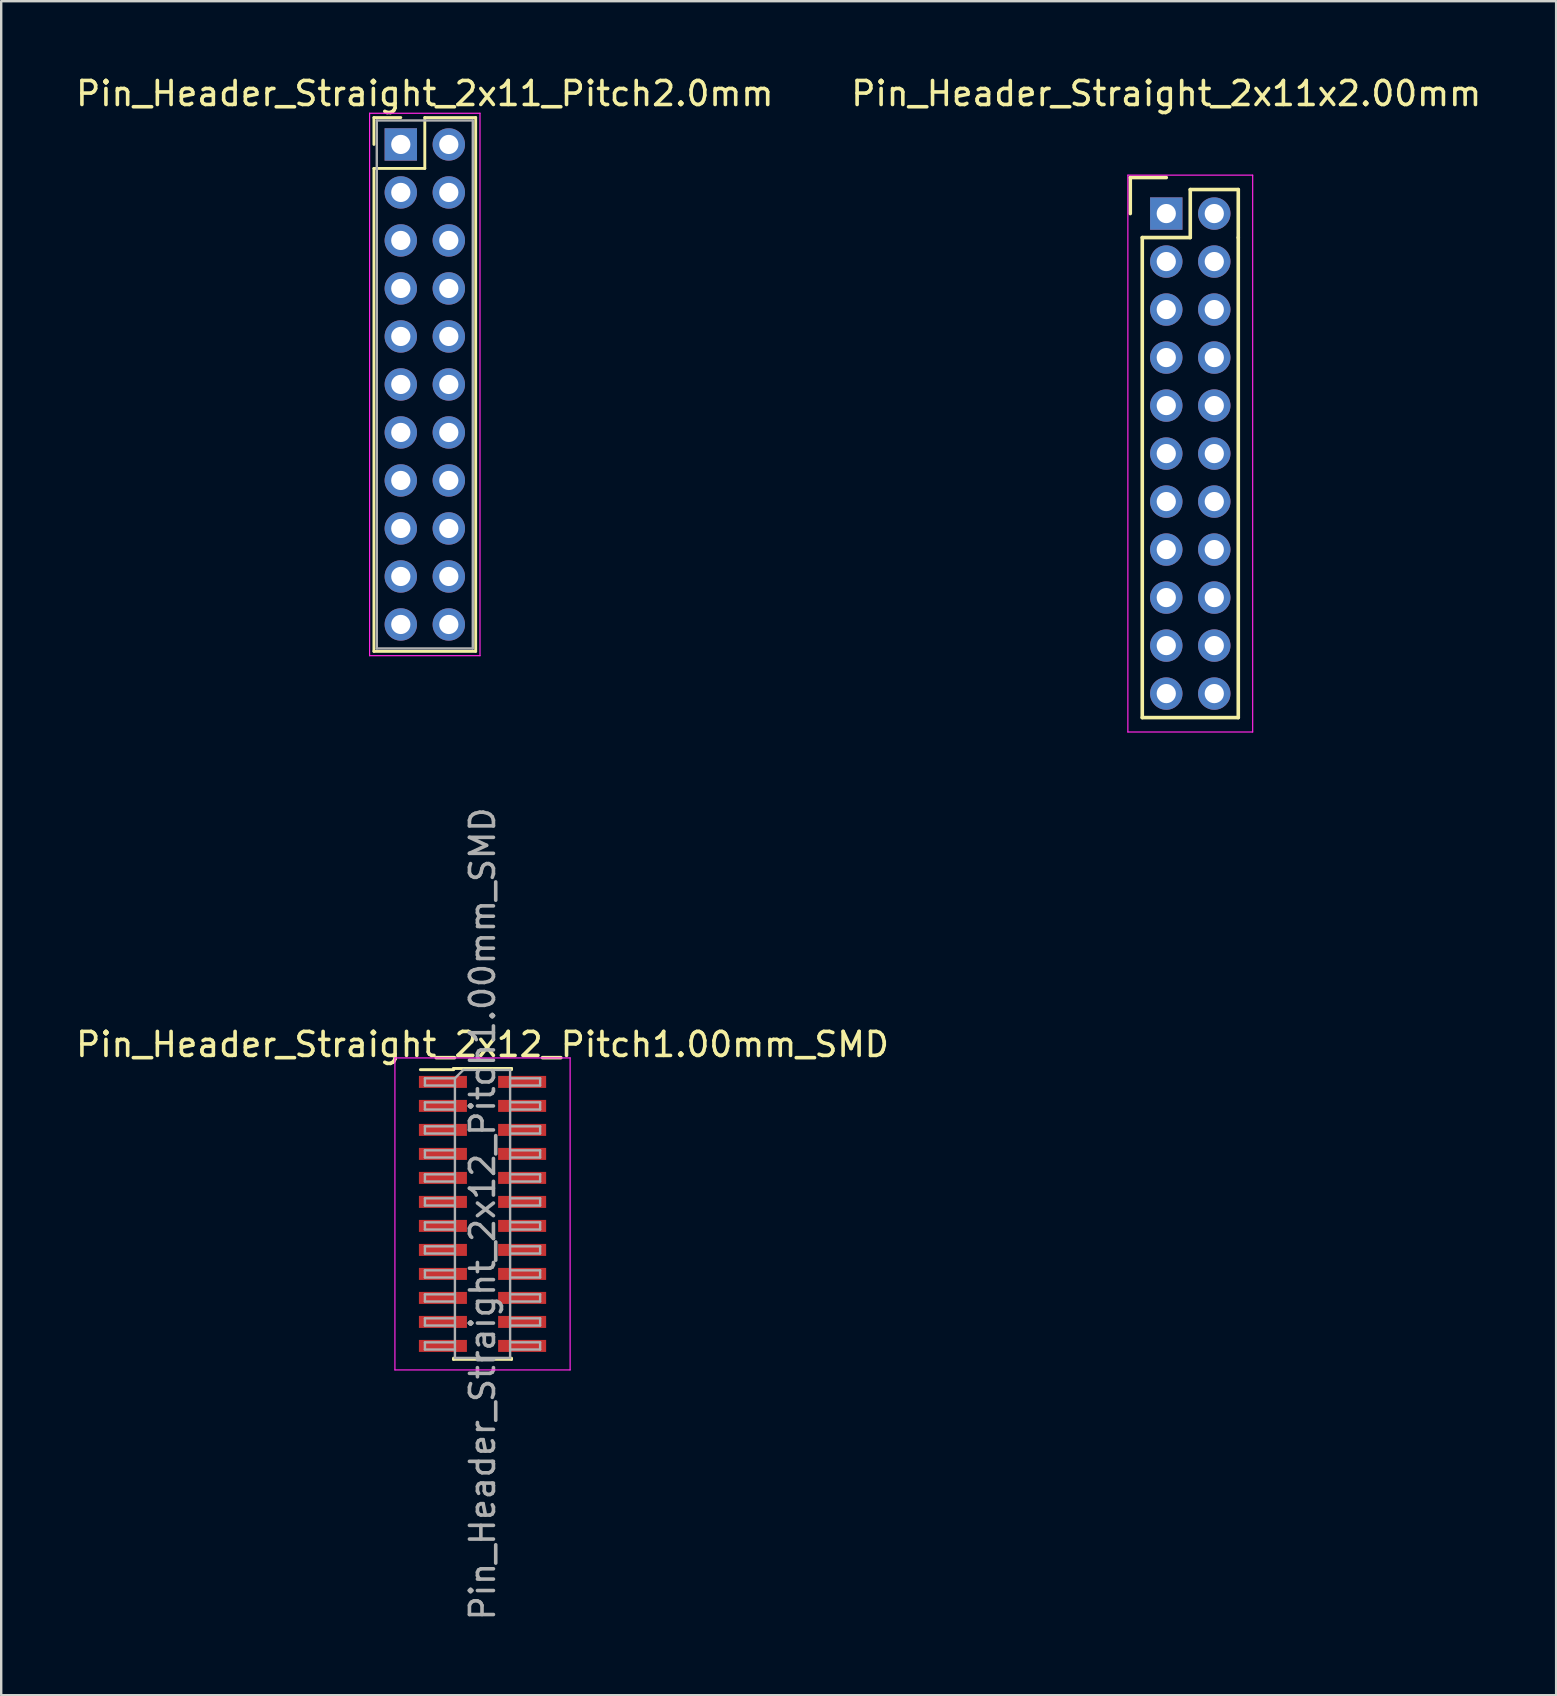
<source format=kicad_pcb>
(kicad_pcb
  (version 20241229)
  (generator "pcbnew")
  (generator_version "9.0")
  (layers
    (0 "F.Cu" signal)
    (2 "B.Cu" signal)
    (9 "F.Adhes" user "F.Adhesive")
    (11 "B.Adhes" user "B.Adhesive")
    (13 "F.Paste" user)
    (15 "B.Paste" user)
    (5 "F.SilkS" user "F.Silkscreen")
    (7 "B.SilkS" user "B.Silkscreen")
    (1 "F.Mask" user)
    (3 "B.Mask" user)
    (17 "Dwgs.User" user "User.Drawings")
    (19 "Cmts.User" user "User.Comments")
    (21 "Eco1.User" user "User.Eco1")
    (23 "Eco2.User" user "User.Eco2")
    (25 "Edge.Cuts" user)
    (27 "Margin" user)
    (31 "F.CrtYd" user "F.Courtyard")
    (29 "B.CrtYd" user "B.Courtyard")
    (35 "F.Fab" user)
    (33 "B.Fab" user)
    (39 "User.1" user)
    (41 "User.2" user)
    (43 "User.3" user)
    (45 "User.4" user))
  (footprint "Pin_Header_Straight_2x11x2.00mm"
    (layer "F.Cu")
    (at 45.542 5.848)
    (property "Reference" "Pin_Header_Straight_2x11x2.00mm" (at 0 -5 0) (layer "F.SilkS") (effects (font (size 1 1) (thickness 0.15))))
    (attr through_hole)
    (fp_line (start -1.5 -1.5) (end 0 -1.5) (stroke (width 0.15) (type solid)) (layer "F.SilkS"))
    (fp_line (start -1.5 0) (end -1.5 -1.5) (stroke (width 0.15) (type solid)) (layer "F.SilkS"))
    (fp_line (start -1 1) (end 1 1) (stroke (width 0.15) (type solid)) (layer "F.SilkS"))
    (fp_line (start -1 21) (end -1 1) (stroke (width 0.15) (type solid)) (layer "F.SilkS"))
    (fp_line (start 1 -1) (end 3 -1) (stroke (width 0.15) (type solid)) (layer "F.SilkS"))
    (fp_line (start 1 1) (end 1 -1) (stroke (width 0.15) (type solid)) (layer "F.SilkS"))
    (fp_line (start 3 -1) (end 3 1) (stroke (width 0.15) (type solid)) (layer "F.SilkS"))
    (fp_line (start 3 1) (end 3 21) (stroke (width 0.15) (type solid)) (layer "F.SilkS"))
    (fp_line (start 3 21) (end -1 21) (stroke (width 0.15) (type solid)) (layer "F.SilkS"))
    (fp_line (start -1.6 -1.6) (end 3.6 -1.6) (stroke (width 0.05) (type solid)) (layer "F.CrtYd"))
    (fp_line (start -1.6 21.6) (end -1.6 -1.6) (stroke (width 0.05) (type solid)) (layer "F.CrtYd"))
    (fp_line (start 3.6 -1.6) (end 3.6 21.6) (stroke (width 0.05) (type solid)) (layer "F.CrtYd"))
    (fp_line (start 3.6 21.6) (end -1.6 21.6) (stroke (width 0.05) (type solid)) (layer "F.CrtYd"))
    (pad "1" thru_hole rect (at 0 0) (size 1.35 1.35) (drill 0.8) (layers "*.Cu" "*.Mask"))
    (pad "2" thru_hole circle (at 2 0) (size 1.35 1.35) (drill 0.8) (layers "*.Cu" "*.Mask"))
    (pad "3" thru_hole circle (at 0 2) (size 1.35 1.35) (drill 0.8) (layers "*.Cu" "*.Mask"))
    (pad "4" thru_hole circle (at 2 2) (size 1.35 1.35) (drill 0.8) (layers "*.Cu" "*.Mask"))
    (pad "5" thru_hole circle (at 0 4) (size 1.35 1.35) (drill 0.8) (layers "*.Cu" "*.Mask"))
    (pad "6" thru_hole circle (at 2 4) (size 1.35 1.35) (drill 0.8) (layers "*.Cu" "*.Mask"))
    (pad "7" thru_hole circle (at 0 6) (size 1.35 1.35) (drill 0.8) (layers "*.Cu" "*.Mask"))
    (pad "8" thru_hole circle (at 2 6) (size 1.35 1.35) (drill 0.8) (layers "*.Cu" "*.Mask"))
    (pad "9" thru_hole circle (at 0 8) (size 1.35 1.35) (drill 0.8) (layers "*.Cu" "*.Mask"))
    (pad "10" thru_hole circle (at 2 8) (size 1.35 1.35) (drill 0.8) (layers "*.Cu" "*.Mask"))
    (pad "11" thru_hole circle (at 0 10) (size 1.35 1.35) (drill 0.8) (layers "*.Cu" "*.Mask"))
    (pad "12" thru_hole circle (at 2 10) (size 1.35 1.35) (drill 0.8) (layers "*.Cu" "*.Mask"))
    (pad "13" thru_hole circle (at 0 12) (size 1.35 1.35) (drill 0.8) (layers "*.Cu" "*.Mask"))
    (pad "14" thru_hole circle (at 2 12) (size 1.35 1.35) (drill 0.8) (layers "*.Cu" "*.Mask"))
    (pad "15" thru_hole circle (at 0 14) (size 1.35 1.35) (drill 0.8) (layers "*.Cu" "*.Mask"))
    (pad "16" thru_hole circle (at 2 14) (size 1.35 1.35) (drill 0.8) (layers "*.Cu" "*.Mask"))
    (pad "17" thru_hole circle (at 0 16) (size 1.35 1.35) (drill 0.8) (layers "*.Cu" "*.Mask"))
    (pad "18" thru_hole circle (at 2 16) (size 1.35 1.35) (drill 0.8) (layers "*.Cu" "*.Mask"))
    (pad "19" thru_hole circle (at 0 18) (size 1.35 1.35) (drill 0.8) (layers "*.Cu" "*.Mask"))
    (pad "20" thru_hole circle (at 2 18) (size 1.35 1.35) (drill 0.8) (layers "*.Cu" "*.Mask"))
    (pad "21" thru_hole circle (at 0 20) (size 1.35 1.35) (drill 0.8) (layers "*.Cu" "*.Mask"))
    (pad "22" thru_hole circle (at 2 20) (size 1.35 1.35) (drill 0.8) (layers "*.Cu" "*.Mask")))
  (footprint "Pin_Header_Straight_2x11_Pitch2.0mm"
    (layer "F.Cu")
    (at 13.649 2.968)
    (property "Reference" "Pin_Header_Straight_2x11_Pitch2.0mm" (at 1 -2.12 0) (layer "F.SilkS") (effects (font (size 1 1) (thickness 0.15))))
    (attr through_hole)
    (fp_line (start -1.12 -1.12) (end 0 -1.12) (stroke (width 0.12) (type solid)) (layer "F.SilkS"))
    (fp_line (start -1.12 0) (end -1.12 -1.12) (stroke (width 0.12) (type solid)) (layer "F.SilkS"))
    (fp_line (start -1.12 1) (end -1.12 21.12) (stroke (width 0.12) (type solid)) (layer "F.SilkS"))
    (fp_line (start -1.12 21.12) (end 3.12 21.12) (stroke (width 0.12) (type solid)) (layer "F.SilkS"))
    (fp_line (start 1 -1.12) (end 1 1) (stroke (width 0.12) (type solid)) (layer "F.SilkS"))
    (fp_line (start 1 1) (end -1.12 1) (stroke (width 0.12) (type solid)) (layer "F.SilkS"))
    (fp_line (start 3.12 -1.12) (end 1 -1.12) (stroke (width 0.12) (type solid)) (layer "F.SilkS"))
    (fp_line (start 3.12 21.12) (end 3.12 -1.12) (stroke (width 0.12) (type solid)) (layer "F.SilkS"))
    (fp_line (start -1.3 -1.3) (end -1.3 21.3) (stroke (width 0.05) (type solid)) (layer "F.CrtYd"))
    (fp_line (start -1.3 21.3) (end 3.3 21.3) (stroke (width 0.05) (type solid)) (layer "F.CrtYd"))
    (fp_line (start 3.3 -1.3) (end -1.3 -1.3) (stroke (width 0.05) (type solid)) (layer "F.CrtYd"))
    (fp_line (start 3.3 21.3) (end 3.3 -1.3) (stroke (width 0.05) (type solid)) (layer "F.CrtYd"))
    (fp_line (start -1 -1) (end -1 21) (stroke (width 0.1) (type solid)) (layer "F.Fab"))
    (fp_line (start -1 21) (end 3 21) (stroke (width 0.1) (type solid)) (layer "F.Fab"))
    (fp_line (start 3 -1) (end -1 -1) (stroke (width 0.1) (type solid)) (layer "F.Fab"))
    (fp_line (start 3 21) (end 3 -1) (stroke (width 0.1) (type solid)) (layer "F.Fab"))
    (pad "1" thru_hole rect (at 0 0) (size 1.35 1.35) (drill 0.8) (layers "*.Cu" "*.Mask"))
    (pad "2" thru_hole oval (at 2 0) (size 1.35 1.35) (drill 0.8) (layers "*.Cu" "*.Mask"))
    (pad "3" thru_hole oval (at 0 2) (size 1.35 1.35) (drill 0.8) (layers "*.Cu" "*.Mask"))
    (pad "4" thru_hole oval (at 2 2) (size 1.35 1.35) (drill 0.8) (layers "*.Cu" "*.Mask"))
    (pad "5" thru_hole oval (at 0 4) (size 1.35 1.35) (drill 0.8) (layers "*.Cu" "*.Mask"))
    (pad "6" thru_hole oval (at 2 4) (size 1.35 1.35) (drill 0.8) (layers "*.Cu" "*.Mask"))
    (pad "7" thru_hole oval (at 0 6) (size 1.35 1.35) (drill 0.8) (layers "*.Cu" "*.Mask"))
    (pad "8" thru_hole oval (at 2 6) (size 1.35 1.35) (drill 0.8) (layers "*.Cu" "*.Mask"))
    (pad "9" thru_hole oval (at 0 8) (size 1.35 1.35) (drill 0.8) (layers "*.Cu" "*.Mask"))
    (pad "10" thru_hole oval (at 2 8) (size 1.35 1.35) (drill 0.8) (layers "*.Cu" "*.Mask"))
    (pad "11" thru_hole oval (at 0 10) (size 1.35 1.35) (drill 0.8) (layers "*.Cu" "*.Mask"))
    (pad "12" thru_hole oval (at 2 10) (size 1.35 1.35) (drill 0.8) (layers "*.Cu" "*.Mask"))
    (pad "13" thru_hole oval (at 0 12) (size 1.35 1.35) (drill 0.8) (layers "*.Cu" "*.Mask"))
    (pad "14" thru_hole oval (at 2 12) (size 1.35 1.35) (drill 0.8) (layers "*.Cu" "*.Mask"))
    (pad "15" thru_hole oval (at 0 14) (size 1.35 1.35) (drill 0.8) (layers "*.Cu" "*.Mask"))
    (pad "16" thru_hole oval (at 2 14) (size 1.35 1.35) (drill 0.8) (layers "*.Cu" "*.Mask"))
    (pad "17" thru_hole oval (at 0 16) (size 1.35 1.35) (drill 0.8) (layers "*.Cu" "*.Mask"))
    (pad "18" thru_hole oval (at 2 16) (size 1.35 1.35) (drill 0.8) (layers "*.Cu" "*.Mask"))
    (pad "19" thru_hole oval (at 0 18) (size 1.35 1.35) (drill 0.8) (layers "*.Cu" "*.Mask"))
    (pad "20" thru_hole oval (at 2 18) (size 1.35 1.35) (drill 0.8) (layers "*.Cu" "*.Mask"))
    (pad "21" thru_hole oval (at 0 20) (size 1.35 1.35) (drill 0.8) (layers "*.Cu" "*.Mask"))
    (pad "22" thru_hole oval (at 2 20) (size 1.35 1.35) (drill 0.8) (layers "*.Cu" "*.Mask")))
  (footprint "Pin_Header_Straight_2x12_Pitch1.00mm_SMD"
    (layer "F.Cu")
    (at 17.054 47.527)
    (property "Reference" "Pin_Header_Straight_2x12_Pitch1.00mm_SMD" (at 0 -7.06 0) (layer "F.SilkS") (effects (font (size 1 1) (thickness 0.15))))
    (attr smd)
    (fp_line (start -2.59 -6.01) (end -1.21 -6.01) (stroke (width 0.12) (type solid)) (layer "F.SilkS"))
    (fp_line (start -1.21 -6.06) (end -1.21 -6.01) (stroke (width 0.12) (type solid)) (layer "F.SilkS"))
    (fp_line (start -1.21 -6.06) (end 1.21 -6.06) (stroke (width 0.12) (type solid)) (layer "F.SilkS"))
    (fp_line (start -1.21 6.01) (end -1.21 6.06) (stroke (width 0.12) (type solid)) (layer "F.SilkS"))
    (fp_line (start -1.21 6.06) (end 1.21 6.06) (stroke (width 0.12) (type solid)) (layer "F.SilkS"))
    (fp_line (start 1.21 -6.06) (end 1.21 -6.01) (stroke (width 0.12) (type solid)) (layer "F.SilkS"))
    (fp_line (start 1.21 6.01) (end 1.21 6.06) (stroke (width 0.12) (type solid)) (layer "F.SilkS"))
    (fp_line (start -3.65 -6.5) (end -3.65 6.5) (stroke (width 0.05) (type solid)) (layer "F.CrtYd"))
    (fp_line (start -3.65 6.5) (end 3.65 6.5) (stroke (width 0.05) (type solid)) (layer "F.CrtYd"))
    (fp_line (start 3.65 -6.5) (end -3.65 -6.5) (stroke (width 0.05) (type solid)) (layer "F.CrtYd"))
    (fp_line (start 3.65 6.5) (end 3.65 -6.5) (stroke (width 0.05) (type solid)) (layer "F.CrtYd"))
    (fp_line (start -2.4 -5.65) (end -2.4 -5.35) (stroke (width 0.1) (type solid)) (layer "F.Fab"))
    (fp_line (start -2.4 -5.35) (end -1.15 -5.35) (stroke (width 0.1) (type solid)) (layer "F.Fab"))
    (fp_line (start -2.4 -4.65) (end -2.4 -4.35) (stroke (width 0.1) (type solid)) (layer "F.Fab"))
    (fp_line (start -2.4 -4.35) (end -1.15 -4.35) (stroke (width 0.1) (type solid)) (layer "F.Fab"))
    (fp_line (start -2.4 -3.65) (end -2.4 -3.35) (stroke (width 0.1) (type solid)) (layer "F.Fab"))
    (fp_line (start -2.4 -3.35) (end -1.15 -3.35) (stroke (width 0.1) (type solid)) (layer "F.Fab"))
    (fp_line (start -2.4 -2.65) (end -2.4 -2.35) (stroke (width 0.1) (type solid)) (layer "F.Fab"))
    (fp_line (start -2.4 -2.35) (end -1.15 -2.35) (stroke (width 0.1) (type solid)) (layer "F.Fab"))
    (fp_line (start -2.4 -1.65) (end -2.4 -1.35) (stroke (width 0.1) (type solid)) (layer "F.Fab"))
    (fp_line (start -2.4 -1.35) (end -1.15 -1.35) (stroke (width 0.1) (type solid)) (layer "F.Fab"))
    (fp_line (start -2.4 -0.65) (end -2.4 -0.35) (stroke (width 0.1) (type solid)) (layer "F.Fab"))
    (fp_line (start -2.4 -0.35) (end -1.15 -0.35) (stroke (width 0.1) (type solid)) (layer "F.Fab"))
    (fp_line (start -2.4 0.35) (end -2.4 0.65) (stroke (width 0.1) (type solid)) (layer "F.Fab"))
    (fp_line (start -2.4 0.65) (end -1.15 0.65) (stroke (width 0.1) (type solid)) (layer "F.Fab"))
    (fp_line (start -2.4 1.35) (end -2.4 1.65) (stroke (width 0.1) (type solid)) (layer "F.Fab"))
    (fp_line (start -2.4 1.65) (end -1.15 1.65) (stroke (width 0.1) (type solid)) (layer "F.Fab"))
    (fp_line (start -2.4 2.35) (end -2.4 2.65) (stroke (width 0.1) (type solid)) (layer "F.Fab"))
    (fp_line (start -2.4 2.65) (end -1.15 2.65) (stroke (width 0.1) (type solid)) (layer "F.Fab"))
    (fp_line (start -2.4 3.35) (end -2.4 3.65) (stroke (width 0.1) (type solid)) (layer "F.Fab"))
    (fp_line (start -2.4 3.65) (end -1.15 3.65) (stroke (width 0.1) (type solid)) (layer "F.Fab"))
    (fp_line (start -2.4 4.35) (end -2.4 4.65) (stroke (width 0.1) (type solid)) (layer "F.Fab"))
    (fp_line (start -2.4 4.65) (end -1.15 4.65) (stroke (width 0.1) (type solid)) (layer "F.Fab"))
    (fp_line (start -2.4 5.35) (end -2.4 5.65) (stroke (width 0.1) (type solid)) (layer "F.Fab"))
    (fp_line (start -2.4 5.65) (end -1.15 5.65) (stroke (width 0.1) (type solid)) (layer "F.Fab"))
    (fp_line (start -1.15 -5.65) (end -2.4 -5.65) (stroke (width 0.1) (type solid)) (layer "F.Fab"))
    (fp_line (start -1.15 -5.65) (end -0.8 -6) (stroke (width 0.1) (type solid)) (layer "F.Fab"))
    (fp_line (start -1.15 -4.65) (end -2.4 -4.65) (stroke (width 0.1) (type solid)) (layer "F.Fab"))
    (fp_line (start -1.15 -3.65) (end -2.4 -3.65) (stroke (width 0.1) (type solid)) (layer "F.Fab"))
    (fp_line (start -1.15 -2.65) (end -2.4 -2.65) (stroke (width 0.1) (type solid)) (layer "F.Fab"))
    (fp_line (start -1.15 -1.65) (end -2.4 -1.65) (stroke (width 0.1) (type solid)) (layer "F.Fab"))
    (fp_line (start -1.15 -0.65) (end -2.4 -0.65) (stroke (width 0.1) (type solid)) (layer "F.Fab"))
    (fp_line (start -1.15 0.35) (end -2.4 0.35) (stroke (width 0.1) (type solid)) (layer "F.Fab"))
    (fp_line (start -1.15 1.35) (end -2.4 1.35) (stroke (width 0.1) (type solid)) (layer "F.Fab"))
    (fp_line (start -1.15 2.35) (end -2.4 2.35) (stroke (width 0.1) (type solid)) (layer "F.Fab"))
    (fp_line (start -1.15 3.35) (end -2.4 3.35) (stroke (width 0.1) (type solid)) (layer "F.Fab"))
    (fp_line (start -1.15 4.35) (end -2.4 4.35) (stroke (width 0.1) (type solid)) (layer "F.Fab"))
    (fp_line (start -1.15 5.35) (end -2.4 5.35) (stroke (width 0.1) (type solid)) (layer "F.Fab"))
    (fp_line (start -1.15 6) (end -1.15 -5.65) (stroke (width 0.1) (type solid)) (layer "F.Fab"))
    (fp_line (start -0.8 -6) (end 1.15 -6) (stroke (width 0.1) (type solid)) (layer "F.Fab"))
    (fp_line (start 1.15 -6) (end 1.15 6) (stroke (width 0.1) (type solid)) (layer "F.Fab"))
    (fp_line (start 1.15 -5.65) (end 2.4 -5.65) (stroke (width 0.1) (type solid)) (layer "F.Fab"))
    (fp_line (start 1.15 -4.65) (end 2.4 -4.65) (stroke (width 0.1) (type solid)) (layer "F.Fab"))
    (fp_line (start 1.15 -3.65) (end 2.4 -3.65) (stroke (width 0.1) (type solid)) (layer "F.Fab"))
    (fp_line (start 1.15 -2.65) (end 2.4 -2.65) (stroke (width 0.1) (type solid)) (layer "F.Fab"))
    (fp_line (start 1.15 -1.65) (end 2.4 -1.65) (stroke (width 0.1) (type solid)) (layer "F.Fab"))
    (fp_line (start 1.15 -0.65) (end 2.4 -0.65) (stroke (width 0.1) (type solid)) (layer "F.Fab"))
    (fp_line (start 1.15 0.35) (end 2.4 0.35) (stroke (width 0.1) (type solid)) (layer "F.Fab"))
    (fp_line (start 1.15 1.35) (end 2.4 1.35) (stroke (width 0.1) (type solid)) (layer "F.Fab"))
    (fp_line (start 1.15 2.35) (end 2.4 2.35) (stroke (width 0.1) (type solid)) (layer "F.Fab"))
    (fp_line (start 1.15 3.35) (end 2.4 3.35) (stroke (width 0.1) (type solid)) (layer "F.Fab"))
    (fp_line (start 1.15 4.35) (end 2.4 4.35) (stroke (width 0.1) (type solid)) (layer "F.Fab"))
    (fp_line (start 1.15 5.35) (end 2.4 5.35) (stroke (width 0.1) (type solid)) (layer "F.Fab"))
    (fp_line (start 1.15 6) (end -1.15 6) (stroke (width 0.1) (type solid)) (layer "F.Fab"))
    (fp_line (start 2.4 -5.65) (end 2.4 -5.35) (stroke (width 0.1) (type solid)) (layer "F.Fab"))
    (fp_line (start 2.4 -5.35) (end 1.15 -5.35) (stroke (width 0.1) (type solid)) (layer "F.Fab"))
    (fp_line (start 2.4 -4.65) (end 2.4 -4.35) (stroke (width 0.1) (type solid)) (layer "F.Fab"))
    (fp_line (start 2.4 -4.35) (end 1.15 -4.35) (stroke (width 0.1) (type solid)) (layer "F.Fab"))
    (fp_line (start 2.4 -3.65) (end 2.4 -3.35) (stroke (width 0.1) (type solid)) (layer "F.Fab"))
    (fp_line (start 2.4 -3.35) (end 1.15 -3.35) (stroke (width 0.1) (type solid)) (layer "F.Fab"))
    (fp_line (start 2.4 -2.65) (end 2.4 -2.35) (stroke (width 0.1) (type solid)) (layer "F.Fab"))
    (fp_line (start 2.4 -2.35) (end 1.15 -2.35) (stroke (width 0.1) (type solid)) (layer "F.Fab"))
    (fp_line (start 2.4 -1.65) (end 2.4 -1.35) (stroke (width 0.1) (type solid)) (layer "F.Fab"))
    (fp_line (start 2.4 -1.35) (end 1.15 -1.35) (stroke (width 0.1) (type solid)) (layer "F.Fab"))
    (fp_line (start 2.4 -0.65) (end 2.4 -0.35) (stroke (width 0.1) (type solid)) (layer "F.Fab"))
    (fp_line (start 2.4 -0.35) (end 1.15 -0.35) (stroke (width 0.1) (type solid)) (layer "F.Fab"))
    (fp_line (start 2.4 0.35) (end 2.4 0.65) (stroke (width 0.1) (type solid)) (layer "F.Fab"))
    (fp_line (start 2.4 0.65) (end 1.15 0.65) (stroke (width 0.1) (type solid)) (layer "F.Fab"))
    (fp_line (start 2.4 1.35) (end 2.4 1.65) (stroke (width 0.1) (type solid)) (layer "F.Fab"))
    (fp_line (start 2.4 1.65) (end 1.15 1.65) (stroke (width 0.1) (type solid)) (layer "F.Fab"))
    (fp_line (start 2.4 2.35) (end 2.4 2.65) (stroke (width 0.1) (type solid)) (layer "F.Fab"))
    (fp_line (start 2.4 2.65) (end 1.15 2.65) (stroke (width 0.1) (type solid)) (layer "F.Fab"))
    (fp_line (start 2.4 3.35) (end 2.4 3.65) (stroke (width 0.1) (type solid)) (layer "F.Fab"))
    (fp_line (start 2.4 3.65) (end 1.15 3.65) (stroke (width 0.1) (type solid)) (layer "F.Fab"))
    (fp_line (start 2.4 4.35) (end 2.4 4.65) (stroke (width 0.1) (type solid)) (layer "F.Fab"))
    (fp_line (start 2.4 4.65) (end 1.15 4.65) (stroke (width 0.1) (type solid)) (layer "F.Fab"))
    (fp_line (start 2.4 5.35) (end 2.4 5.65) (stroke (width 0.1) (type solid)) (layer "F.Fab"))
    (fp_line (start 2.4 5.65) (end 1.15 5.65) (stroke (width 0.1) (type solid)) (layer "F.Fab"))
    (fp_text user "${REFERENCE}" (at 0 0 90) (layer "F.Fab") (effects (font (size 1 1) (thickness 0.15))))
    (pad "1" smd rect (at -1.65 -5.5) (size 2 0.5) (layers "F.Cu" "F.Mask" "F.Paste"))
    (pad "2" smd rect (at 1.65 -5.5) (size 2 0.5) (layers "F.Cu" "F.Mask" "F.Paste"))
    (pad "3" smd rect (at -1.65 -4.5) (size 2 0.5) (layers "F.Cu" "F.Mask" "F.Paste"))
    (pad "4" smd rect (at 1.65 -4.5) (size 2 0.5) (layers "F.Cu" "F.Mask" "F.Paste"))
    (pad "5" smd rect (at -1.65 -3.5) (size 2 0.5) (layers "F.Cu" "F.Mask" "F.Paste"))
    (pad "6" smd rect (at 1.65 -3.5) (size 2 0.5) (layers "F.Cu" "F.Mask" "F.Paste"))
    (pad "7" smd rect (at -1.65 -2.5) (size 2 0.5) (layers "F.Cu" "F.Mask" "F.Paste"))
    (pad "8" smd rect (at 1.65 -2.5) (size 2 0.5) (layers "F.Cu" "F.Mask" "F.Paste"))
    (pad "9" smd rect (at -1.65 -1.5) (size 2 0.5) (layers "F.Cu" "F.Mask" "F.Paste"))
    (pad "10" smd rect (at 1.65 -1.5) (size 2 0.5) (layers "F.Cu" "F.Mask" "F.Paste"))
    (pad "11" smd rect (at -1.65 -0.5) (size 2 0.5) (layers "F.Cu" "F.Mask" "F.Paste"))
    (pad "12" smd rect (at 1.65 -0.5) (size 2 0.5) (layers "F.Cu" "F.Mask" "F.Paste"))
    (pad "13" smd rect (at -1.65 0.5) (size 2 0.5) (layers "F.Cu" "F.Mask" "F.Paste"))
    (pad "14" smd rect (at 1.65 0.5) (size 2 0.5) (layers "F.Cu" "F.Mask" "F.Paste"))
    (pad "15" smd rect (at -1.65 1.5) (size 2 0.5) (layers "F.Cu" "F.Mask" "F.Paste"))
    (pad "16" smd rect (at 1.65 1.5) (size 2 0.5) (layers "F.Cu" "F.Mask" "F.Paste"))
    (pad "17" smd rect (at -1.65 2.5) (size 2 0.5) (layers "F.Cu" "F.Mask" "F.Paste"))
    (pad "18" smd rect (at 1.65 2.5) (size 2 0.5) (layers "F.Cu" "F.Mask" "F.Paste"))
    (pad "19" smd rect (at -1.65 3.5) (size 2 0.5) (layers "F.Cu" "F.Mask" "F.Paste"))
    (pad "20" smd rect (at 1.65 3.5) (size 2 0.5) (layers "F.Cu" "F.Mask" "F.Paste"))
    (pad "21" smd rect (at -1.65 4.5) (size 2 0.5) (layers "F.Cu" "F.Mask" "F.Paste"))
    (pad "22" smd rect (at 1.65 4.5) (size 2 0.5) (layers "F.Cu" "F.Mask" "F.Paste"))
    (pad "23" smd rect (at -1.65 5.5) (size 2 0.5) (layers "F.Cu" "F.Mask" "F.Paste"))
    (pad "24" smd rect (at 1.65 5.5) (size 2 0.5) (layers "F.Cu" "F.Mask" "F.Paste")))
  (gr_rect
    (start -3 -3)
    (end 61.786 67.58)
    (stroke (width 0.1) (type default))
    (fill no)
    (layer "Edge.Cuts")))
</source>
